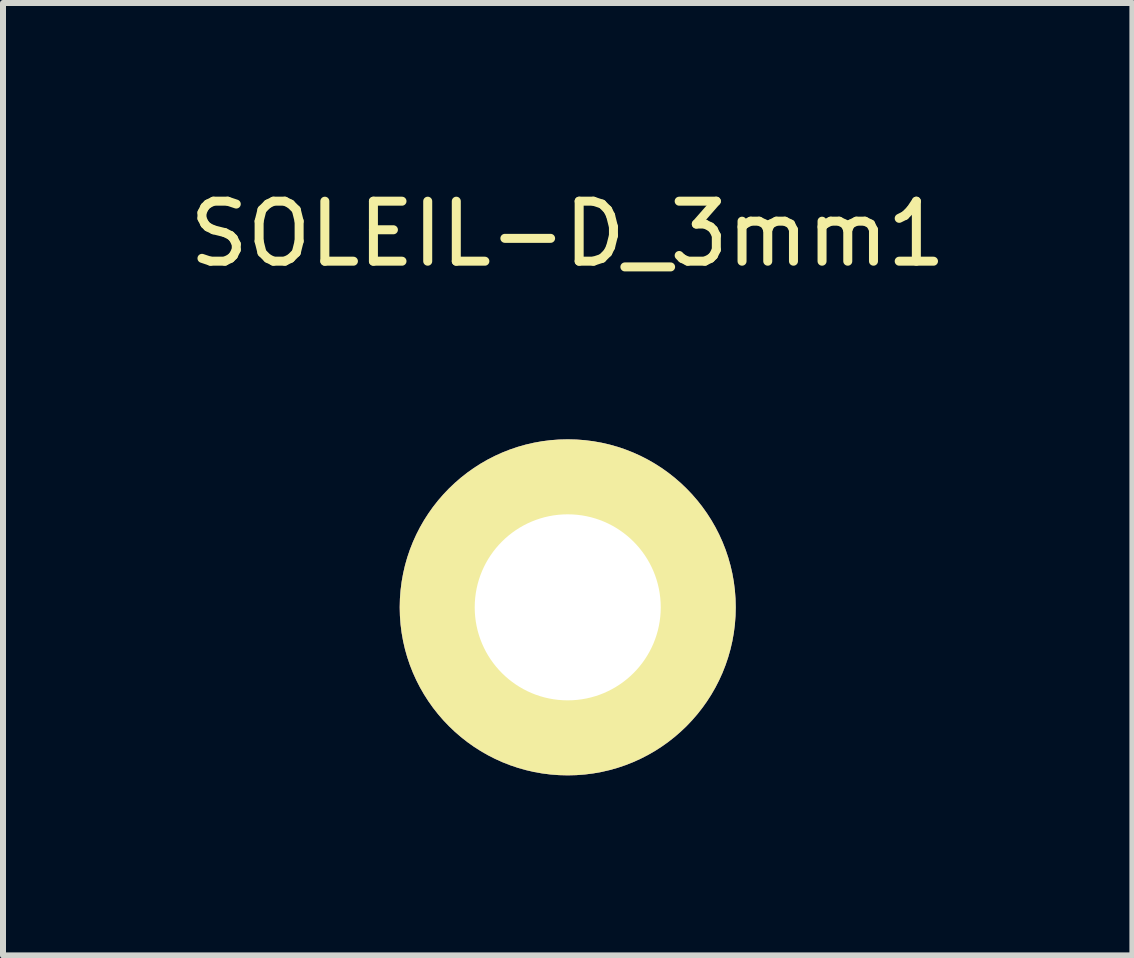
<source format=kicad_pcb>
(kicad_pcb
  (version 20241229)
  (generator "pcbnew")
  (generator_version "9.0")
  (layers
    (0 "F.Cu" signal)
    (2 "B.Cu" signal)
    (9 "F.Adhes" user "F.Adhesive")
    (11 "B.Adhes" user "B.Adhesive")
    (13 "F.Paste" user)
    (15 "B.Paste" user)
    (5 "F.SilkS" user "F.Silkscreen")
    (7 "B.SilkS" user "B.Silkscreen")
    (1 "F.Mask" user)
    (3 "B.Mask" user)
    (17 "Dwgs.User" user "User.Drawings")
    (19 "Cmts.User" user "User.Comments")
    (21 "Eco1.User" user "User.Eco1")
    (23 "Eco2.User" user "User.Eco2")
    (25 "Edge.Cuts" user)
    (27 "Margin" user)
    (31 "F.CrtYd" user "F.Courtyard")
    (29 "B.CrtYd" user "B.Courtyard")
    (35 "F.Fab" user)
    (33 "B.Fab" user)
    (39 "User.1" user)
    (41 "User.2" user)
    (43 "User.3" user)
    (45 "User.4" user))
  (footprint "SOLEIL-D_3mm1"
    (layer "F.Cu")
    (at 6.411 7.071)
    (property "Reference" "SOLEIL-D_3mm1" (at 0 -6.223 0) (layer "F.SilkS") (effects (font (size 1 1) (thickness 0.15))))
    (attr through_hole)
    (pad "1" thru_hole circle (at 0 0) (size 5.6 5.6) (drill 3.1) (layers "*.Cu" "*.Mask" "F.SilkS")))
  (gr_rect
    (start -3 -3)
    (end 15.821 12.871)
    (stroke (width 0.1) (type default))
    (fill no)
    (layer "Edge.Cuts")))
</source>
